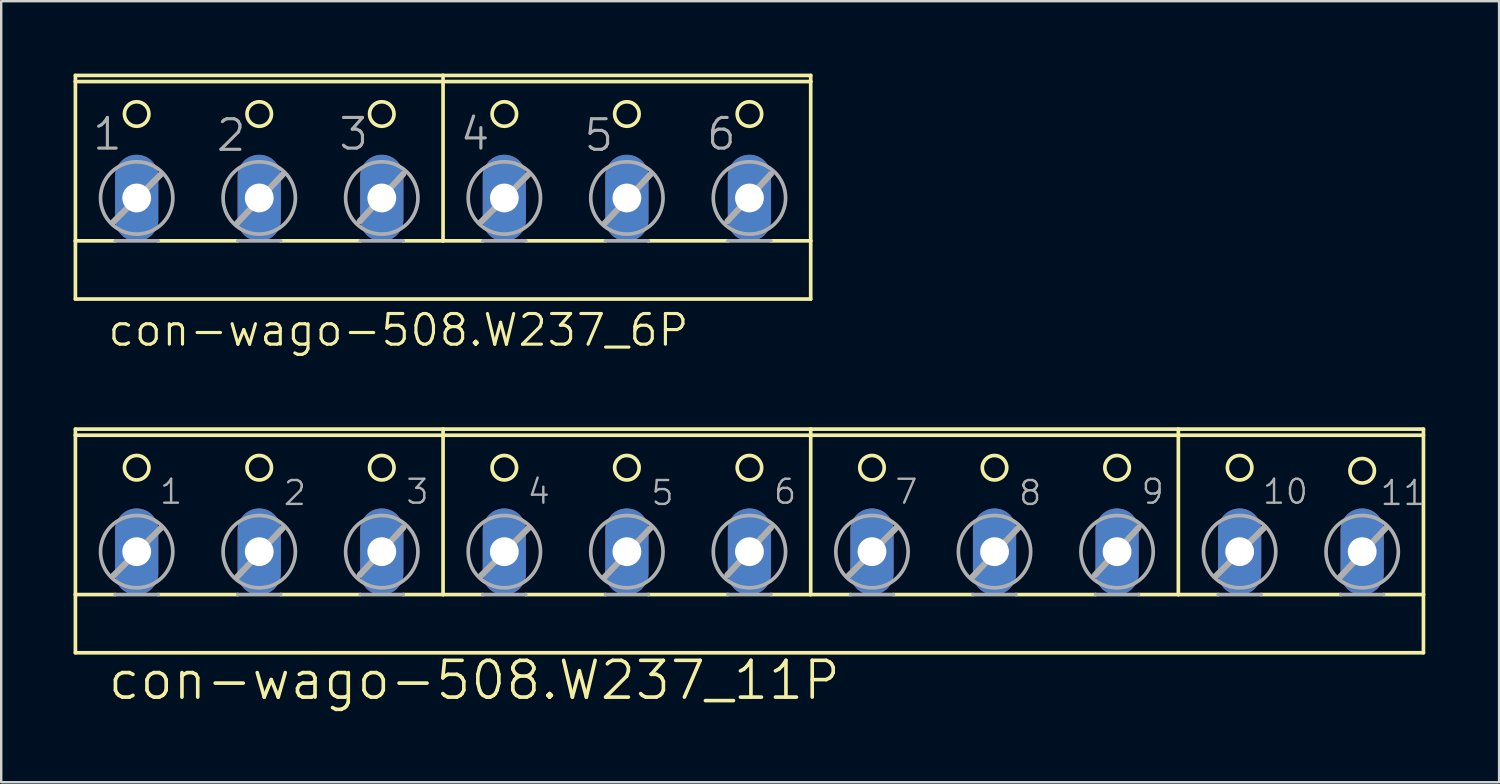
<source format=kicad_pcb>
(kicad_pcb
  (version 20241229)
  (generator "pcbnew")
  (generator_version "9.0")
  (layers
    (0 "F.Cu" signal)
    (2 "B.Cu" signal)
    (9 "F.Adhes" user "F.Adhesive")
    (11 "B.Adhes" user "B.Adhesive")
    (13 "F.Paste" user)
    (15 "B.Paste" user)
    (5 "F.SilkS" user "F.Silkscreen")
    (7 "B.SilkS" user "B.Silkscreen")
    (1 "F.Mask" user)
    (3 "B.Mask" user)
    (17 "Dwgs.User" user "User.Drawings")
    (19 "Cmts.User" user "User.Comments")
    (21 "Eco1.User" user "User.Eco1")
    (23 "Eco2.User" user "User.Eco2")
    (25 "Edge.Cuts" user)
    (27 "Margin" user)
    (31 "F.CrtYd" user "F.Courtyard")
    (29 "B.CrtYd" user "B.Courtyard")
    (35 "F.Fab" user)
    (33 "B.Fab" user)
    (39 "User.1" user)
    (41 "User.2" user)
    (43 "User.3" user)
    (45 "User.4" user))
  (footprint "con-wago-508.W237_6P"
    (layer "F.Cu")
    (at 15.316 4.521)
    (property "Reference" "con-wago-508.W237_6P" (at -13.97 6.858 0) (layer "F.SilkS") (effects (font (size 1.27 1.27) (thickness 0.13)) (justify left bottom)))
    (attr through_hole)
    (fp_line (start -15.24 -4.191) (end -15.24 -4.445) (stroke (width 0.152) (type default)) (layer "F.SilkS"))
    (fp_line (start -15.24 -4.191) (end 15.24 -4.191) (stroke (width 0.152) (type default)) (layer "F.SilkS"))
    (fp_line (start -15.24 2.413) (end -15.24 -4.191) (stroke (width 0.152) (type default)) (layer "F.SilkS"))
    (fp_line (start -15.24 2.413) (end -13.589 2.413) (stroke (width 0.152) (type default)) (layer "F.SilkS"))
    (fp_line (start -15.24 4.826) (end -15.24 2.413) (stroke (width 0.152) (type default)) (layer "F.SilkS"))
    (fp_line (start -15.24 4.826) (end 15.24 4.826) (stroke (width 0.152) (type default)) (layer "F.SilkS"))
    (fp_line (start -11.811 2.413) (end -8.509 2.413) (stroke (width 0.152) (type default)) (layer "F.SilkS"))
    (fp_line (start -6.731 2.413) (end -3.429 2.413) (stroke (width 0.152) (type default)) (layer "F.SilkS"))
    (fp_line (start -1.651 2.413) (end 0 2.413) (stroke (width 0.152) (type default)) (layer "F.SilkS"))
    (fp_line (start 0 -4.445) (end -15.24 -4.445) (stroke (width 0.152) (type default)) (layer "F.SilkS"))
    (fp_line (start 0 -4.445) (end 0 2.413) (stroke (width 0.152) (type default)) (layer "F.SilkS"))
    (fp_line (start 0 2.413) (end 1.651 2.413) (stroke (width 0.152) (type default)) (layer "F.SilkS"))
    (fp_line (start 3.429 2.413) (end 6.731 2.413) (stroke (width 0.152) (type default)) (layer "F.SilkS"))
    (fp_line (start 8.509 2.413) (end 11.811 2.413) (stroke (width 0.152) (type default)) (layer "F.SilkS"))
    (fp_line (start 13.589 2.413) (end 15.24 2.413) (stroke (width 0.152) (type default)) (layer "F.SilkS"))
    (fp_line (start 15.24 -4.445) (end 0 -4.445) (stroke (width 0.152) (type default)) (layer "F.SilkS"))
    (fp_line (start 15.24 -4.445) (end 15.24 -4.191) (stroke (width 0.152) (type default)) (layer "F.SilkS"))
    (fp_line (start 15.24 -4.191) (end 15.24 2.413) (stroke (width 0.152) (type default)) (layer "F.SilkS"))
    (fp_line (start 15.24 2.413) (end 15.24 4.826) (stroke (width 0.152) (type default)) (layer "F.SilkS"))
    (fp_circle (center -12.7 -2.845) (end -12.192 -2.845) (stroke (width 0.152) (type default)) (fill no) (layer "F.SilkS"))
    (fp_circle (center -7.62 -2.845) (end -7.112 -2.845) (stroke (width 0.152) (type default)) (fill no) (layer "F.SilkS"))
    (fp_circle (center -2.54 -2.845) (end -2.032 -2.845) (stroke (width 0.152) (type default)) (fill no) (layer "F.SilkS"))
    (fp_circle (center 2.54 -2.845) (end 3.048 -2.845) (stroke (width 0.152) (type default)) (fill no) (layer "F.SilkS"))
    (fp_circle (center 7.62 -2.845) (end 8.128 -2.845) (stroke (width 0.152) (type default)) (fill no) (layer "F.SilkS"))
    (fp_circle (center 12.7 -2.845) (end 13.208 -2.845) (stroke (width 0.152) (type default)) (fill no) (layer "F.SilkS"))
    (fp_line (start -13.691 1.651) (end -11.684 -0.356) (stroke (width 0.254) (type default)) (layer "F.Fab"))
    (fp_line (start -13.589 2.413) (end -11.811 2.413) (stroke (width 0.152) (type default)) (layer "F.Fab"))
    (fp_line (start -8.534 1.676) (end -6.629 -0.356) (stroke (width 0.254) (type default)) (layer "F.Fab"))
    (fp_line (start -8.509 2.413) (end -6.731 2.413) (stroke (width 0.152) (type default)) (layer "F.Fab"))
    (fp_line (start -3.454 1.6) (end -1.651 -0.356) (stroke (width 0.254) (type default)) (layer "F.Fab"))
    (fp_line (start -3.429 2.413) (end -1.651 2.413) (stroke (width 0.152) (type default)) (layer "F.Fab"))
    (fp_line (start 1.549 1.651) (end 3.556 -0.356) (stroke (width 0.254) (type default)) (layer "F.Fab"))
    (fp_line (start 1.651 2.413) (end 3.429 2.413) (stroke (width 0.152) (type default)) (layer "F.Fab"))
    (fp_line (start 6.706 1.676) (end 8.611 -0.356) (stroke (width 0.254) (type default)) (layer "F.Fab"))
    (fp_line (start 6.731 2.413) (end 8.509 2.413) (stroke (width 0.152) (type default)) (layer "F.Fab"))
    (fp_line (start 11.786 1.6) (end 13.589 -0.356) (stroke (width 0.254) (type default)) (layer "F.Fab"))
    (fp_line (start 11.811 2.413) (end 13.589 2.413) (stroke (width 0.152) (type default)) (layer "F.Fab"))
    (fp_circle (center -12.7 0.635) (end -11.201 0.635) (stroke (width 0.152) (type default)) (fill no) (layer "F.Fab"))
    (fp_circle (center -7.62 0.635) (end -6.121 0.635) (stroke (width 0.152) (type default)) (fill no) (layer "F.Fab"))
    (fp_circle (center -2.54 0.635) (end -1.041 0.635) (stroke (width 0.152) (type default)) (fill no) (layer "F.Fab"))
    (fp_circle (center 2.54 0.635) (end 4.039 0.635) (stroke (width 0.152) (type default)) (fill no) (layer "F.Fab"))
    (fp_circle (center 7.62 0.635) (end 9.119 0.635) (stroke (width 0.152) (type default)) (fill no) (layer "F.Fab"))
    (fp_circle (center 12.7 0.635) (end 14.199 0.635) (stroke (width 0.152) (type default)) (fill no) (layer "F.Fab"))
    (fp_text user "4" (at 0.635 -1.27 0) (layer "F.Fab") (effects (font (size 1.27 1.27) (thickness 0.13)) (justify left bottom)))
    (fp_text user "1" (at -14.605 -1.27 0) (layer "F.Fab") (effects (font (size 1.27 1.27) (thickness 0.13)) (justify left bottom)))
    (fp_text user "6" (at 10.846 -1.27 0) (layer "F.Fab") (effects (font (size 1.27 1.27) (thickness 0.13)) (justify left bottom)))
    (fp_text user "3" (at -4.394 -1.27 0) (layer "F.Fab") (effects (font (size 1.27 1.27) (thickness 0.13)) (justify left bottom)))
    (fp_text user "2" (at -9.474 -1.219 0) (layer "F.Fab") (effects (font (size 1.27 1.27) (thickness 0.13)) (justify left bottom)))
    (fp_text user "5" (at 5.766 -1.219 0) (layer "F.Fab") (effects (font (size 1.27 1.27) (thickness 0.13)) (justify left bottom)))
    (pad "1" thru_hole oval (at -12.7 0.635 90) (size 3.581 1.791) (drill 1.194) (layers "*.Cu" "*.Mask"))
    (pad "2" thru_hole oval (at -7.62 0.635 90) (size 3.581 1.791) (drill 1.194) (layers "*.Cu" "*.Mask"))
    (pad "3" thru_hole oval (at -2.54 0.635 90) (size 3.581 1.791) (drill 1.194) (layers "*.Cu" "*.Mask"))
    (pad "4" thru_hole oval (at 2.54 0.635 90) (size 3.581 1.791) (drill 1.194) (layers "*.Cu" "*.Mask"))
    (pad "5" thru_hole oval (at 7.62 0.635 90) (size 3.581 1.791) (drill 1.194) (layers "*.Cu" "*.Mask"))
    (pad "6" thru_hole oval (at 12.7 0.635 90) (size 3.581 1.791) (drill 1.194) (layers "*.Cu" "*.Mask")))
  (footprint "con-wago-508.W237_11P"
    (layer "F.Cu")
    (at 28.016 19.183)
    (property "Reference" "con-wago-508.W237_11P" (at -26.67 6.858 0) (layer "F.SilkS") (effects (font (size 1.524 1.524) (thickness 0.15)) (justify left bottom)))
    (attr through_hole)
    (fp_line (start -27.94 -4.445) (end -12.7 -4.445) (stroke (width 0.152) (type default)) (layer "F.SilkS"))
    (fp_line (start -27.94 -4.191) (end -27.94 -4.445) (stroke (width 0.152) (type default)) (layer "F.SilkS"))
    (fp_line (start -27.94 -4.191) (end -27.94 2.413) (stroke (width 0.152) (type default)) (layer "F.SilkS"))
    (fp_line (start -27.94 -4.191) (end 27.94 -4.191) (stroke (width 0.152) (type default)) (layer "F.SilkS"))
    (fp_line (start -27.94 2.413) (end -27.94 4.826) (stroke (width 0.152) (type default)) (layer "F.SilkS"))
    (fp_line (start -27.94 2.413) (end -26.289 2.413) (stroke (width 0.152) (type default)) (layer "F.SilkS"))
    (fp_line (start -24.511 2.413) (end -21.209 2.413) (stroke (width 0.152) (type default)) (layer "F.SilkS"))
    (fp_line (start -19.431 2.413) (end -16.129 2.413) (stroke (width 0.152) (type default)) (layer "F.SilkS"))
    (fp_line (start -14.351 2.413) (end -12.7 2.413) (stroke (width 0.152) (type default)) (layer "F.SilkS"))
    (fp_line (start -12.7 -4.445) (end -12.7 2.413) (stroke (width 0.152) (type default)) (layer "F.SilkS"))
    (fp_line (start -12.7 -4.445) (end 2.54 -4.445) (stroke (width 0.152) (type default)) (layer "F.SilkS"))
    (fp_line (start -12.7 2.413) (end -11.049 2.413) (stroke (width 0.152) (type default)) (layer "F.SilkS"))
    (fp_line (start -9.271 2.413) (end -5.969 2.413) (stroke (width 0.152) (type default)) (layer "F.SilkS"))
    (fp_line (start -4.191 2.413) (end -0.889 2.413) (stroke (width 0.152) (type default)) (layer "F.SilkS"))
    (fp_line (start 0.889 2.413) (end 2.54 2.413) (stroke (width 0.152) (type default)) (layer "F.SilkS"))
    (fp_line (start 2.54 -4.445) (end 17.78 -4.445) (stroke (width 0.152) (type default)) (layer "F.SilkS"))
    (fp_line (start 2.54 2.413) (end 2.54 -4.445) (stroke (width 0.152) (type default)) (layer "F.SilkS"))
    (fp_line (start 2.54 2.413) (end 4.191 2.413) (stroke (width 0.152) (type default)) (layer "F.SilkS"))
    (fp_line (start 5.969 2.413) (end 9.271 2.413) (stroke (width 0.152) (type default)) (layer "F.SilkS"))
    (fp_line (start 11.049 2.413) (end 14.351 2.413) (stroke (width 0.152) (type default)) (layer "F.SilkS"))
    (fp_line (start 16.129 2.413) (end 17.78 2.413) (stroke (width 0.152) (type default)) (layer "F.SilkS"))
    (fp_line (start 17.78 -4.445) (end 27.94 -4.445) (stroke (width 0.152) (type default)) (layer "F.SilkS"))
    (fp_line (start 17.78 2.413) (end 17.78 -4.445) (stroke (width 0.152) (type default)) (layer "F.SilkS"))
    (fp_line (start 17.78 2.413) (end 19.431 2.413) (stroke (width 0.152) (type default)) (layer "F.SilkS"))
    (fp_line (start 21.209 2.413) (end 24.511 2.413) (stroke (width 0.152) (type default)) (layer "F.SilkS"))
    (fp_line (start 26.289 2.413) (end 27.94 2.413) (stroke (width 0.152) (type default)) (layer "F.SilkS"))
    (fp_line (start 27.94 2.413) (end 27.94 -4.445) (stroke (width 0.152) (type default)) (layer "F.SilkS"))
    (fp_line (start 27.94 4.826) (end -27.94 4.826) (stroke (width 0.152) (type default)) (layer "F.SilkS"))
    (fp_line (start 27.94 4.826) (end 27.94 2.413) (stroke (width 0.152) (type default)) (layer "F.SilkS"))
    (fp_circle (center -25.4 -2.845) (end -24.892 -2.845) (stroke (width 0.152) (type default)) (fill no) (layer "F.SilkS"))
    (fp_circle (center -20.32 -2.845) (end -19.812 -2.845) (stroke (width 0.152) (type default)) (fill no) (layer "F.SilkS"))
    (fp_circle (center -15.24 -2.845) (end -14.732 -2.845) (stroke (width 0.152) (type default)) (fill no) (layer "F.SilkS"))
    (fp_circle (center -10.16 -2.845) (end -9.652 -2.845) (stroke (width 0.152) (type default)) (fill no) (layer "F.SilkS"))
    (fp_circle (center -5.08 -2.845) (end -4.572 -2.845) (stroke (width 0.152) (type default)) (fill no) (layer "F.SilkS"))
    (fp_circle (center 0 -2.845) (end 0.508 -2.845) (stroke (width 0.152) (type default)) (fill no) (layer "F.SilkS"))
    (fp_circle (center 5.08 -2.845) (end 5.588 -2.845) (stroke (width 0.152) (type default)) (fill no) (layer "F.SilkS"))
    (fp_circle (center 10.16 -2.845) (end 10.668 -2.845) (stroke (width 0.152) (type default)) (fill no) (layer "F.SilkS"))
    (fp_circle (center 15.24 -2.845) (end 15.748 -2.845) (stroke (width 0.152) (type default)) (fill no) (layer "F.SilkS"))
    (fp_circle (center 20.32 -2.845) (end 20.828 -2.845) (stroke (width 0.152) (type default)) (fill no) (layer "F.SilkS"))
    (fp_circle (center 25.4 -2.718) (end 25.908 -2.718) (stroke (width 0.152) (type default)) (fill no) (layer "F.SilkS"))
    (fp_line (start -26.391 1.651) (end -24.384 -0.356) (stroke (width 0.254) (type default)) (layer "F.Fab"))
    (fp_line (start -26.289 2.413) (end -24.511 2.413) (stroke (width 0.152) (type default)) (layer "F.Fab"))
    (fp_line (start -21.234 1.676) (end -19.329 -0.356) (stroke (width 0.254) (type default)) (layer "F.Fab"))
    (fp_line (start -21.209 2.413) (end -19.431 2.413) (stroke (width 0.152) (type default)) (layer "F.Fab"))
    (fp_line (start -16.154 1.6) (end -14.351 -0.356) (stroke (width 0.254) (type default)) (layer "F.Fab"))
    (fp_line (start -16.129 2.413) (end -14.351 2.413) (stroke (width 0.152) (type default)) (layer "F.Fab"))
    (fp_line (start -11.151 1.651) (end -9.144 -0.356) (stroke (width 0.254) (type default)) (layer "F.Fab"))
    (fp_line (start -11.049 2.413) (end -9.271 2.413) (stroke (width 0.152) (type default)) (layer "F.Fab"))
    (fp_line (start -5.994 1.676) (end -4.089 -0.356) (stroke (width 0.254) (type default)) (layer "F.Fab"))
    (fp_line (start -5.969 2.413) (end -4.191 2.413) (stroke (width 0.152) (type default)) (layer "F.Fab"))
    (fp_line (start -0.914 1.6) (end 0.889 -0.356) (stroke (width 0.254) (type default)) (layer "F.Fab"))
    (fp_line (start -0.889 2.413) (end 0.889 2.413) (stroke (width 0.152) (type default)) (layer "F.Fab"))
    (fp_line (start 4.089 1.651) (end 6.096 -0.356) (stroke (width 0.254) (type default)) (layer "F.Fab"))
    (fp_line (start 4.191 2.413) (end 5.969 2.413) (stroke (width 0.152) (type default)) (layer "F.Fab"))
    (fp_line (start 9.246 1.676) (end 11.151 -0.356) (stroke (width 0.254) (type default)) (layer "F.Fab"))
    (fp_line (start 9.271 2.413) (end 11.049 2.413) (stroke (width 0.152) (type default)) (layer "F.Fab"))
    (fp_line (start 14.326 1.6) (end 16.129 -0.356) (stroke (width 0.254) (type default)) (layer "F.Fab"))
    (fp_line (start 14.351 2.413) (end 16.129 2.413) (stroke (width 0.152) (type default)) (layer "F.Fab"))
    (fp_line (start 19.329 1.651) (end 21.336 -0.356) (stroke (width 0.254) (type default)) (layer "F.Fab"))
    (fp_line (start 19.431 2.413) (end 21.209 2.413) (stroke (width 0.152) (type default)) (layer "F.Fab"))
    (fp_line (start 24.486 1.676) (end 26.391 -0.356) (stroke (width 0.254) (type default)) (layer "F.Fab"))
    (fp_line (start 24.511 2.413) (end 26.289 2.413) (stroke (width 0.152) (type default)) (layer "F.Fab"))
    (fp_circle (center -25.4 0.635) (end -23.901 0.635) (stroke (width 0.152) (type default)) (fill no) (layer "F.Fab"))
    (fp_circle (center -20.32 0.635) (end -18.821 0.635) (stroke (width 0.152) (type default)) (fill no) (layer "F.Fab"))
    (fp_circle (center -15.24 0.635) (end -13.741 0.635) (stroke (width 0.152) (type default)) (fill no) (layer "F.Fab"))
    (fp_circle (center -10.16 0.635) (end -8.661 0.635) (stroke (width 0.152) (type default)) (fill no) (layer "F.Fab"))
    (fp_circle (center -5.08 0.635) (end -3.581 0.635) (stroke (width 0.152) (type default)) (fill no) (layer "F.Fab"))
    (fp_circle (center 0 0.635) (end 1.499 0.635) (stroke (width 0.152) (type default)) (fill no) (layer "F.Fab"))
    (fp_circle (center 5.08 0.635) (end 6.579 0.635) (stroke (width 0.152) (type default)) (fill no) (layer "F.Fab"))
    (fp_circle (center 10.16 0.635) (end 11.659 0.635) (stroke (width 0.152) (type default)) (fill no) (layer "F.Fab"))
    (fp_circle (center 15.24 0.635) (end 16.739 0.635) (stroke (width 0.152) (type default)) (fill no) (layer "F.Fab"))
    (fp_circle (center 20.32 0.635) (end 21.819 0.635) (stroke (width 0.152) (type default)) (fill no) (layer "F.Fab"))
    (fp_circle (center 25.4 0.635) (end 26.899 0.635) (stroke (width 0.152) (type default)) (fill no) (layer "F.Fab"))
    (fp_text user "11" (at 26.086 -1.219 0) (layer "F.Fab") (effects (font (size 0.991 0.991) (thickness 0.1)) (justify left bottom)))
    (fp_text user "10" (at 21.209 -1.27 0) (layer "F.Fab") (effects (font (size 0.991 0.991) (thickness 0.1)) (justify left bottom)))
    (fp_text user "9" (at 16.18 -1.27 0) (layer "F.Fab") (effects (font (size 0.991 0.991) (thickness 0.1)) (justify left bottom)))
    (fp_text user "4" (at -9.271 -1.27 0) (layer "F.Fab") (effects (font (size 0.991 0.991) (thickness 0.1)) (justify left bottom)))
    (fp_text user "3" (at -14.3 -1.27 0) (layer "F.Fab") (effects (font (size 0.991 0.991) (thickness 0.1)) (justify left bottom)))
    (fp_text user "8" (at 11.1 -1.219 0) (layer "F.Fab") (effects (font (size 0.991 0.991) (thickness 0.1)) (justify left bottom)))
    (fp_text user "2" (at -19.38 -1.219 0) (layer "F.Fab") (effects (font (size 0.991 0.991) (thickness 0.1)) (justify left bottom)))
    (fp_text user "6" (at 0.94 -1.27 0) (layer "F.Fab") (effects (font (size 0.991 0.991) (thickness 0.1)) (justify left bottom)))
    (fp_text user "7" (at 5.969 -1.27 0) (layer "F.Fab") (effects (font (size 0.991 0.991) (thickness 0.1)) (justify left bottom)))
    (fp_text user "5" (at -4.14 -1.219 0) (layer "F.Fab") (effects (font (size 0.991 0.991) (thickness 0.1)) (justify left bottom)))
    (fp_text user "1" (at -24.511 -1.27 0) (layer "F.Fab") (effects (font (size 0.991 0.991) (thickness 0.1)) (justify left bottom)))
    (pad "1" thru_hole oval (at -25.4 0.635 90) (size 3.581 1.791) (drill 1.194) (layers "*.Cu" "*.Mask"))
    (pad "2" thru_hole oval (at -20.32 0.635 90) (size 3.581 1.791) (drill 1.194) (layers "*.Cu" "*.Mask"))
    (pad "3" thru_hole oval (at -15.24 0.635 90) (size 3.581 1.791) (drill 1.194) (layers "*.Cu" "*.Mask"))
    (pad "4" thru_hole oval (at -10.16 0.635 90) (size 3.581 1.791) (drill 1.194) (layers "*.Cu" "*.Mask"))
    (pad "5" thru_hole oval (at -5.08 0.635 90) (size 3.581 1.791) (drill 1.194) (layers "*.Cu" "*.Mask"))
    (pad "6" thru_hole oval (at 0 0.635 90) (size 3.581 1.791) (drill 1.194) (layers "*.Cu" "*.Mask"))
    (pad "7" thru_hole oval (at 5.08 0.635 90) (size 3.581 1.791) (drill 1.194) (layers "*.Cu" "*.Mask"))
    (pad "8" thru_hole oval (at 10.16 0.635 90) (size 3.581 1.791) (drill 1.194) (layers "*.Cu" "*.Mask"))
    (pad "9" thru_hole oval (at 15.24 0.635 90) (size 3.581 1.791) (drill 1.194) (layers "*.Cu" "*.Mask"))
    (pad "10" thru_hole oval (at 20.32 0.635 90) (size 3.581 1.791) (drill 1.194) (layers "*.Cu" "*.Mask"))
    (pad "11" thru_hole oval (at 25.4 0.635 90) (size 3.581 1.791) (drill 1.194) (layers "*.Cu" "*.Mask")))
  (gr_rect
    (start -3 -3)
    (end 59.091 29.376)
    (stroke (width 0.1) (type default))
    (fill no)
    (layer "Edge.Cuts")))
</source>
